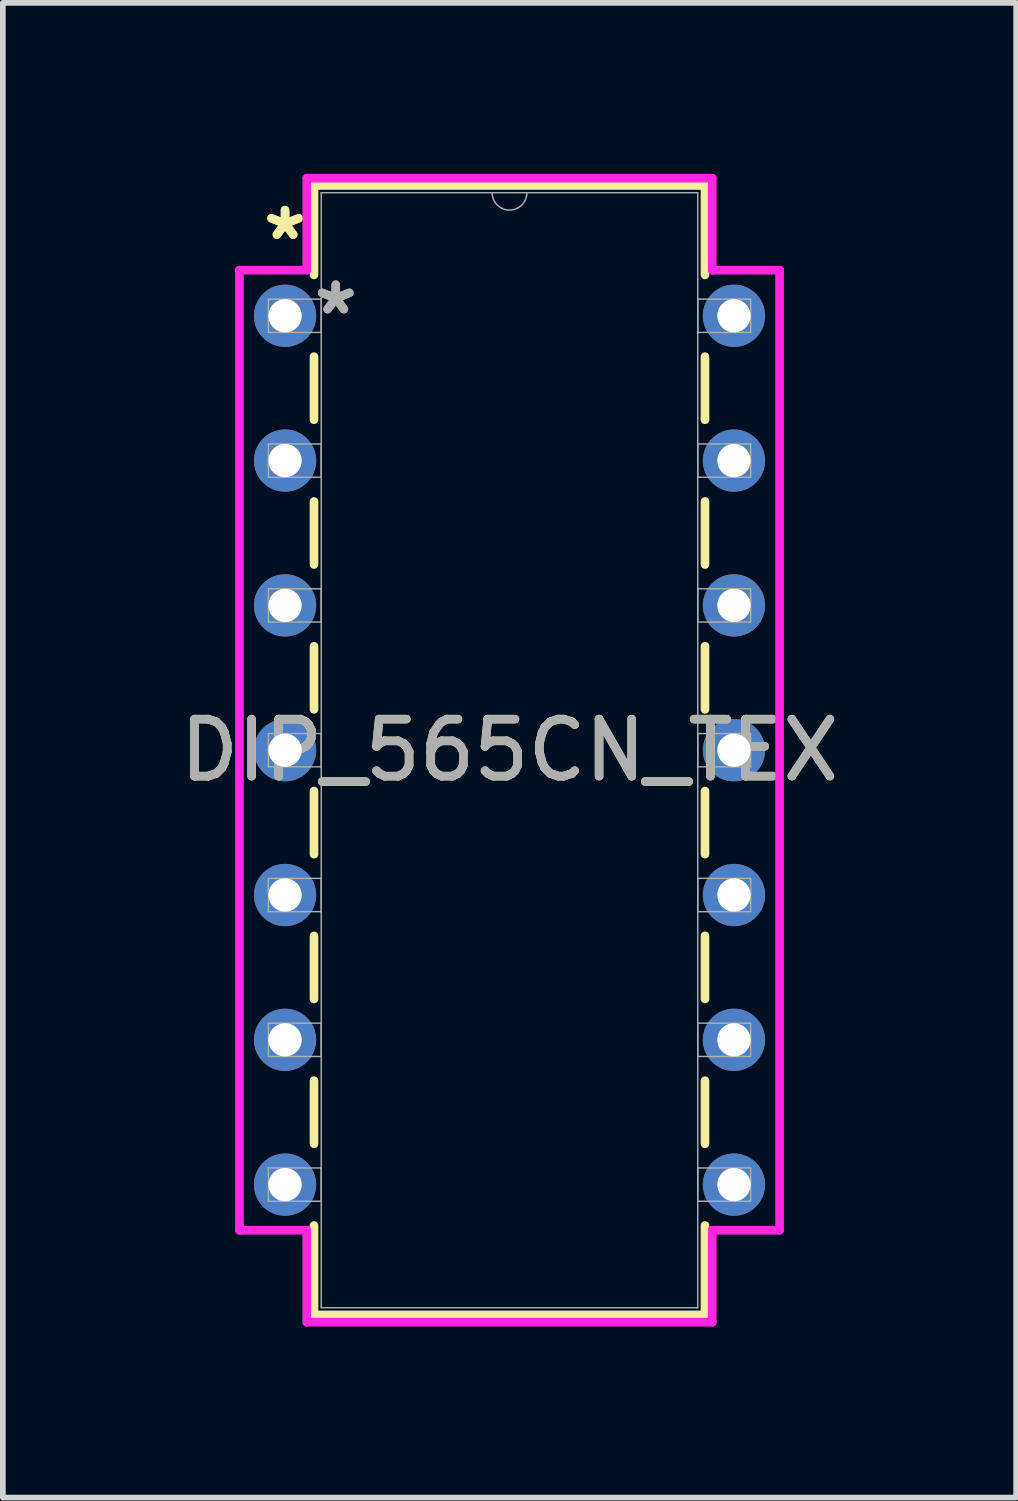
<source format=kicad_pcb>
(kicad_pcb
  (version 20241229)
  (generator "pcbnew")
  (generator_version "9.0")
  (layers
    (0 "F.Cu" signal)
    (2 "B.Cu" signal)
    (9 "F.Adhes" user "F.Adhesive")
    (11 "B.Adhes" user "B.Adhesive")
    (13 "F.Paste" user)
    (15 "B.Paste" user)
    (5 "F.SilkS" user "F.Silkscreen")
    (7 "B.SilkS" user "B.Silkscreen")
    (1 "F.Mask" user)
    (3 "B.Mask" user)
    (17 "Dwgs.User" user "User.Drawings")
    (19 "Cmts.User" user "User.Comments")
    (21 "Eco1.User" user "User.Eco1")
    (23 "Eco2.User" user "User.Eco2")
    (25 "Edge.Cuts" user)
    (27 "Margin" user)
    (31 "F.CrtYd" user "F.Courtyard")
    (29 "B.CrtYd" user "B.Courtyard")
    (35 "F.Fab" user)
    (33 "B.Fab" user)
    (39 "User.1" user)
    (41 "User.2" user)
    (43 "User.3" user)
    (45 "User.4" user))
  (footprint "DIP_565CN_TEX"
    (layer "F.Cu")
    (at 1.95 2.489)
    (property "Reference" "DIP_565CN_TEX" (at 3.937 7.62 0) (unlocked yes) (layer "F.SilkS") (effects (font (size 1 1) (thickness 0.15))))
    (attr through_hole)
    (fp_line (start 0.508 -2.286) (end 0.508 -0.717) (stroke (width 0.152) (type solid)) (layer "F.SilkS"))
    (fp_line (start 0.508 0.717) (end 0.508 1.823) (stroke (width 0.152) (type solid)) (layer "F.SilkS"))
    (fp_line (start 0.508 3.257) (end 0.508 4.363) (stroke (width 0.152) (type solid)) (layer "F.SilkS"))
    (fp_line (start 0.508 5.797) (end 0.508 6.903) (stroke (width 0.152) (type solid)) (layer "F.SilkS"))
    (fp_line (start 0.508 8.337) (end 0.508 9.443) (stroke (width 0.152) (type solid)) (layer "F.SilkS"))
    (fp_line (start 0.508 10.877) (end 0.508 11.983) (stroke (width 0.152) (type solid)) (layer "F.SilkS"))
    (fp_line (start 0.508 13.417) (end 0.508 14.523) (stroke (width 0.152) (type solid)) (layer "F.SilkS"))
    (fp_line (start 0.508 15.957) (end 0.508 17.526) (stroke (width 0.152) (type solid)) (layer "F.SilkS"))
    (fp_line (start 0.508 17.526) (end 7.366 17.526) (stroke (width 0.152) (type solid)) (layer "F.SilkS"))
    (fp_line (start 7.366 -2.286) (end 0.508 -2.286) (stroke (width 0.152) (type solid)) (layer "F.SilkS"))
    (fp_line (start 7.366 -0.717) (end 7.366 -2.286) (stroke (width 0.152) (type solid)) (layer "F.SilkS"))
    (fp_line (start 7.366 1.823) (end 7.366 0.717) (stroke (width 0.152) (type solid)) (layer "F.SilkS"))
    (fp_line (start 7.366 4.363) (end 7.366 3.257) (stroke (width 0.152) (type solid)) (layer "F.SilkS"))
    (fp_line (start 7.366 6.903) (end 7.366 5.797) (stroke (width 0.152) (type solid)) (layer "F.SilkS"))
    (fp_line (start 7.366 9.443) (end 7.366 8.337) (stroke (width 0.152) (type solid)) (layer "F.SilkS"))
    (fp_line (start 7.366 11.983) (end 7.366 10.877) (stroke (width 0.152) (type solid)) (layer "F.SilkS"))
    (fp_line (start 7.366 14.523) (end 7.366 13.417) (stroke (width 0.152) (type solid)) (layer "F.SilkS"))
    (fp_line (start 7.366 17.526) (end 7.366 15.957) (stroke (width 0.152) (type solid)) (layer "F.SilkS"))
    (fp_line (start -0.8 -0.8) (end 0.381 -0.8) (stroke (width 0.152) (type solid)) (layer "F.CrtYd"))
    (fp_line (start -0.8 16.04) (end -0.8 -0.8) (stroke (width 0.152) (type solid)) (layer "F.CrtYd"))
    (fp_line (start 0.381 -2.413) (end 7.493 -2.413) (stroke (width 0.152) (type solid)) (layer "F.CrtYd"))
    (fp_line (start 0.381 -0.8) (end 0.381 -2.413) (stroke (width 0.152) (type solid)) (layer "F.CrtYd"))
    (fp_line (start 0.381 16.04) (end -0.8 16.04) (stroke (width 0.152) (type solid)) (layer "F.CrtYd"))
    (fp_line (start 0.381 17.653) (end 0.381 16.04) (stroke (width 0.152) (type solid)) (layer "F.CrtYd"))
    (fp_line (start 7.493 -2.413) (end 7.493 -0.8) (stroke (width 0.152) (type solid)) (layer "F.CrtYd"))
    (fp_line (start 7.493 16.04) (end 7.493 17.653) (stroke (width 0.152) (type solid)) (layer "F.CrtYd"))
    (fp_line (start 7.493 17.653) (end 0.381 17.653) (stroke (width 0.152) (type solid)) (layer "F.CrtYd"))
    (fp_line (start 8.674 -0.8) (end 7.493 -0.8) (stroke (width 0.152) (type solid)) (layer "F.CrtYd"))
    (fp_line (start 8.674 -0.8) (end 8.674 16.04) (stroke (width 0.152) (type solid)) (layer "F.CrtYd"))
    (fp_line (start 8.674 16.04) (end 7.493 16.04) (stroke (width 0.152) (type solid)) (layer "F.CrtYd"))
    (fp_line (start -0.292 -0.292) (end -0.292 0.292) (stroke (width 0.025) (type solid)) (layer "F.Fab"))
    (fp_line (start -0.292 0.292) (end 0.635 0.292) (stroke (width 0.025) (type solid)) (layer "F.Fab"))
    (fp_line (start -0.292 2.248) (end -0.292 2.832) (stroke (width 0.025) (type solid)) (layer "F.Fab"))
    (fp_line (start -0.292 2.832) (end 0.635 2.832) (stroke (width 0.025) (type solid)) (layer "F.Fab"))
    (fp_line (start -0.292 4.788) (end -0.292 5.372) (stroke (width 0.025) (type solid)) (layer "F.Fab"))
    (fp_line (start -0.292 5.372) (end 0.635 5.372) (stroke (width 0.025) (type solid)) (layer "F.Fab"))
    (fp_line (start -0.292 7.328) (end -0.292 7.912) (stroke (width 0.025) (type solid)) (layer "F.Fab"))
    (fp_line (start -0.292 7.912) (end 0.635 7.912) (stroke (width 0.025) (type solid)) (layer "F.Fab"))
    (fp_line (start -0.292 9.868) (end -0.292 10.452) (stroke (width 0.025) (type solid)) (layer "F.Fab"))
    (fp_line (start -0.292 10.452) (end 0.635 10.452) (stroke (width 0.025) (type solid)) (layer "F.Fab"))
    (fp_line (start -0.292 12.408) (end -0.292 12.992) (stroke (width 0.025) (type solid)) (layer "F.Fab"))
    (fp_line (start -0.292 12.992) (end 0.635 12.992) (stroke (width 0.025) (type solid)) (layer "F.Fab"))
    (fp_line (start -0.292 14.948) (end -0.292 15.532) (stroke (width 0.025) (type solid)) (layer "F.Fab"))
    (fp_line (start -0.292 15.532) (end 0.635 15.532) (stroke (width 0.025) (type solid)) (layer "F.Fab"))
    (fp_line (start 0.635 -2.159) (end 0.635 17.399) (stroke (width 0.025) (type solid)) (layer "F.Fab"))
    (fp_line (start 0.635 -0.292) (end -0.292 -0.292) (stroke (width 0.025) (type solid)) (layer "F.Fab"))
    (fp_line (start 0.635 0.292) (end 0.635 -0.292) (stroke (width 0.025) (type solid)) (layer "F.Fab"))
    (fp_line (start 0.635 2.248) (end -0.292 2.248) (stroke (width 0.025) (type solid)) (layer "F.Fab"))
    (fp_line (start 0.635 2.832) (end 0.635 2.248) (stroke (width 0.025) (type solid)) (layer "F.Fab"))
    (fp_line (start 0.635 4.788) (end -0.292 4.788) (stroke (width 0.025) (type solid)) (layer "F.Fab"))
    (fp_line (start 0.635 5.372) (end 0.635 4.788) (stroke (width 0.025) (type solid)) (layer "F.Fab"))
    (fp_line (start 0.635 7.328) (end -0.292 7.328) (stroke (width 0.025) (type solid)) (layer "F.Fab"))
    (fp_line (start 0.635 7.912) (end 0.635 7.328) (stroke (width 0.025) (type solid)) (layer "F.Fab"))
    (fp_line (start 0.635 9.868) (end -0.292 9.868) (stroke (width 0.025) (type solid)) (layer "F.Fab"))
    (fp_line (start 0.635 10.452) (end 0.635 9.868) (stroke (width 0.025) (type solid)) (layer "F.Fab"))
    (fp_line (start 0.635 12.408) (end -0.292 12.408) (stroke (width 0.025) (type solid)) (layer "F.Fab"))
    (fp_line (start 0.635 12.992) (end 0.635 12.408) (stroke (width 0.025) (type solid)) (layer "F.Fab"))
    (fp_line (start 0.635 14.948) (end -0.292 14.948) (stroke (width 0.025) (type solid)) (layer "F.Fab"))
    (fp_line (start 0.635 15.532) (end 0.635 14.948) (stroke (width 0.025) (type solid)) (layer "F.Fab"))
    (fp_line (start 0.635 17.399) (end 7.239 17.399) (stroke (width 0.025) (type solid)) (layer "F.Fab"))
    (fp_line (start 7.239 -2.159) (end 0.635 -2.159) (stroke (width 0.025) (type solid)) (layer "F.Fab"))
    (fp_line (start 7.239 -0.292) (end 7.239 0.292) (stroke (width 0.025) (type solid)) (layer "F.Fab"))
    (fp_line (start 7.239 0.292) (end 8.166 0.292) (stroke (width 0.025) (type solid)) (layer "F.Fab"))
    (fp_line (start 7.239 2.248) (end 7.239 2.832) (stroke (width 0.025) (type solid)) (layer "F.Fab"))
    (fp_line (start 7.239 2.832) (end 8.166 2.832) (stroke (width 0.025) (type solid)) (layer "F.Fab"))
    (fp_line (start 7.239 4.788) (end 7.239 5.372) (stroke (width 0.025) (type solid)) (layer "F.Fab"))
    (fp_line (start 7.239 5.372) (end 8.166 5.372) (stroke (width 0.025) (type solid)) (layer "F.Fab"))
    (fp_line (start 7.239 7.328) (end 7.239 7.912) (stroke (width 0.025) (type solid)) (layer "F.Fab"))
    (fp_line (start 7.239 7.912) (end 8.166 7.912) (stroke (width 0.025) (type solid)) (layer "F.Fab"))
    (fp_line (start 7.239 9.868) (end 7.239 10.452) (stroke (width 0.025) (type solid)) (layer "F.Fab"))
    (fp_line (start 7.239 10.452) (end 8.166 10.452) (stroke (width 0.025) (type solid)) (layer "F.Fab"))
    (fp_line (start 7.239 12.408) (end 7.239 12.992) (stroke (width 0.025) (type solid)) (layer "F.Fab"))
    (fp_line (start 7.239 12.992) (end 8.166 12.992) (stroke (width 0.025) (type solid)) (layer "F.Fab"))
    (fp_line (start 7.239 14.948) (end 7.239 15.532) (stroke (width 0.025) (type solid)) (layer "F.Fab"))
    (fp_line (start 7.239 15.532) (end 8.166 15.532) (stroke (width 0.025) (type solid)) (layer "F.Fab"))
    (fp_line (start 7.239 17.399) (end 7.239 -2.159) (stroke (width 0.025) (type solid)) (layer "F.Fab"))
    (fp_line (start 8.166 -0.292) (end 7.239 -0.292) (stroke (width 0.025) (type solid)) (layer "F.Fab"))
    (fp_line (start 8.166 0.292) (end 8.166 -0.292) (stroke (width 0.025) (type solid)) (layer "F.Fab"))
    (fp_line (start 8.166 2.248) (end 7.239 2.248) (stroke (width 0.025) (type solid)) (layer "F.Fab"))
    (fp_line (start 8.166 2.832) (end 8.166 2.248) (stroke (width 0.025) (type solid)) (layer "F.Fab"))
    (fp_line (start 8.166 4.788) (end 7.239 4.788) (stroke (width 0.025) (type solid)) (layer "F.Fab"))
    (fp_line (start 8.166 5.372) (end 8.166 4.788) (stroke (width 0.025) (type solid)) (layer "F.Fab"))
    (fp_line (start 8.166 7.328) (end 7.239 7.328) (stroke (width 0.025) (type solid)) (layer "F.Fab"))
    (fp_line (start 8.166 7.912) (end 8.166 7.328) (stroke (width 0.025) (type solid)) (layer "F.Fab"))
    (fp_line (start 8.166 9.868) (end 7.239 9.868) (stroke (width 0.025) (type solid)) (layer "F.Fab"))
    (fp_line (start 8.166 10.452) (end 8.166 9.868) (stroke (width 0.025) (type solid)) (layer "F.Fab"))
    (fp_line (start 8.166 12.408) (end 7.239 12.408) (stroke (width 0.025) (type solid)) (layer "F.Fab"))
    (fp_line (start 8.166 12.992) (end 8.166 12.408) (stroke (width 0.025) (type solid)) (layer "F.Fab"))
    (fp_line (start 8.166 14.948) (end 7.239 14.948) (stroke (width 0.025) (type solid)) (layer "F.Fab"))
    (fp_line (start 8.166 15.532) (end 8.166 14.948) (stroke (width 0.025) (type solid)) (layer "F.Fab"))
    (fp_arc (start 4.2418 -2.159) (mid 3.937 -1.8542) (end 3.6322 -2.159) (stroke (width 0.0254) (type solid)) (layer "F.Fab"))
    (fp_text user "*" (at 0 -1.308 0) (layer "F.SilkS") (effects (font (size 1 1) (thickness 0.15))))
    (fp_text user "*" (at 0 -1.308 0) (unlocked yes) (layer "F.SilkS") (effects (font (size 1 1) (thickness 0.15))))
    (fp_text user "${REFERENCE}" (at 3.937 7.62 0) (unlocked yes) (layer "F.Fab") (effects (font (size 1 1) (thickness 0.15))))
    (fp_text user "*" (at 0.889 0 0) (layer "F.Fab") (effects (font (size 1 1) (thickness 0.15))))
    (fp_text user "*" (at 0.889 0 0) (unlocked yes) (layer "F.Fab") (effects (font (size 1 1) (thickness 0.15))))
    (pad "1" thru_hole circle (at 0 0) (size 1.092 1.092) (drill 0.584) (layers "*.Cu" "*.Mask"))
    (pad "2" thru_hole circle (at 0 2.54) (size 1.092 1.092) (drill 0.584) (layers "*.Cu" "*.Mask"))
    (pad "3" thru_hole circle (at 0 5.08) (size 1.092 1.092) (drill 0.584) (layers "*.Cu" "*.Mask"))
    (pad "4" thru_hole circle (at 0 7.62) (size 1.092 1.092) (drill 0.584) (layers "*.Cu" "*.Mask"))
    (pad "5" thru_hole circle (at 0 10.16) (size 1.092 1.092) (drill 0.584) (layers "*.Cu" "*.Mask"))
    (pad "6" thru_hole circle (at 0 12.7) (size 1.092 1.092) (drill 0.584) (layers "*.Cu" "*.Mask"))
    (pad "7" thru_hole circle (at 0 15.24) (size 1.092 1.092) (drill 0.584) (layers "*.Cu" "*.Mask"))
    (pad "8" thru_hole circle (at 7.874 15.24) (size 1.092 1.092) (drill 0.584) (layers "*.Cu" "*.Mask"))
    (pad "9" thru_hole circle (at 7.874 12.7) (size 1.092 1.092) (drill 0.584) (layers "*.Cu" "*.Mask"))
    (pad "10" thru_hole circle (at 7.874 10.16) (size 1.092 1.092) (drill 0.584) (layers "*.Cu" "*.Mask"))
    (pad "11" thru_hole circle (at 7.874 7.62) (size 1.092 1.092) (drill 0.584) (layers "*.Cu" "*.Mask"))
    (pad "12" thru_hole circle (at 7.874 5.08) (size 1.092 1.092) (drill 0.584) (layers "*.Cu" "*.Mask"))
    (pad "13" thru_hole circle (at 7.874 2.54) (size 1.092 1.092) (drill 0.584) (layers "*.Cu" "*.Mask"))
    (pad "14" thru_hole circle (at 7.874 0) (size 1.092 1.092) (drill 0.584) (layers "*.Cu" "*.Mask")))
  (gr_rect
    (start -3 -3)
    (end 14.774 23.218)
    (stroke (width 0.1) (type default))
    (fill no)
    (layer "Edge.Cuts")))
</source>
